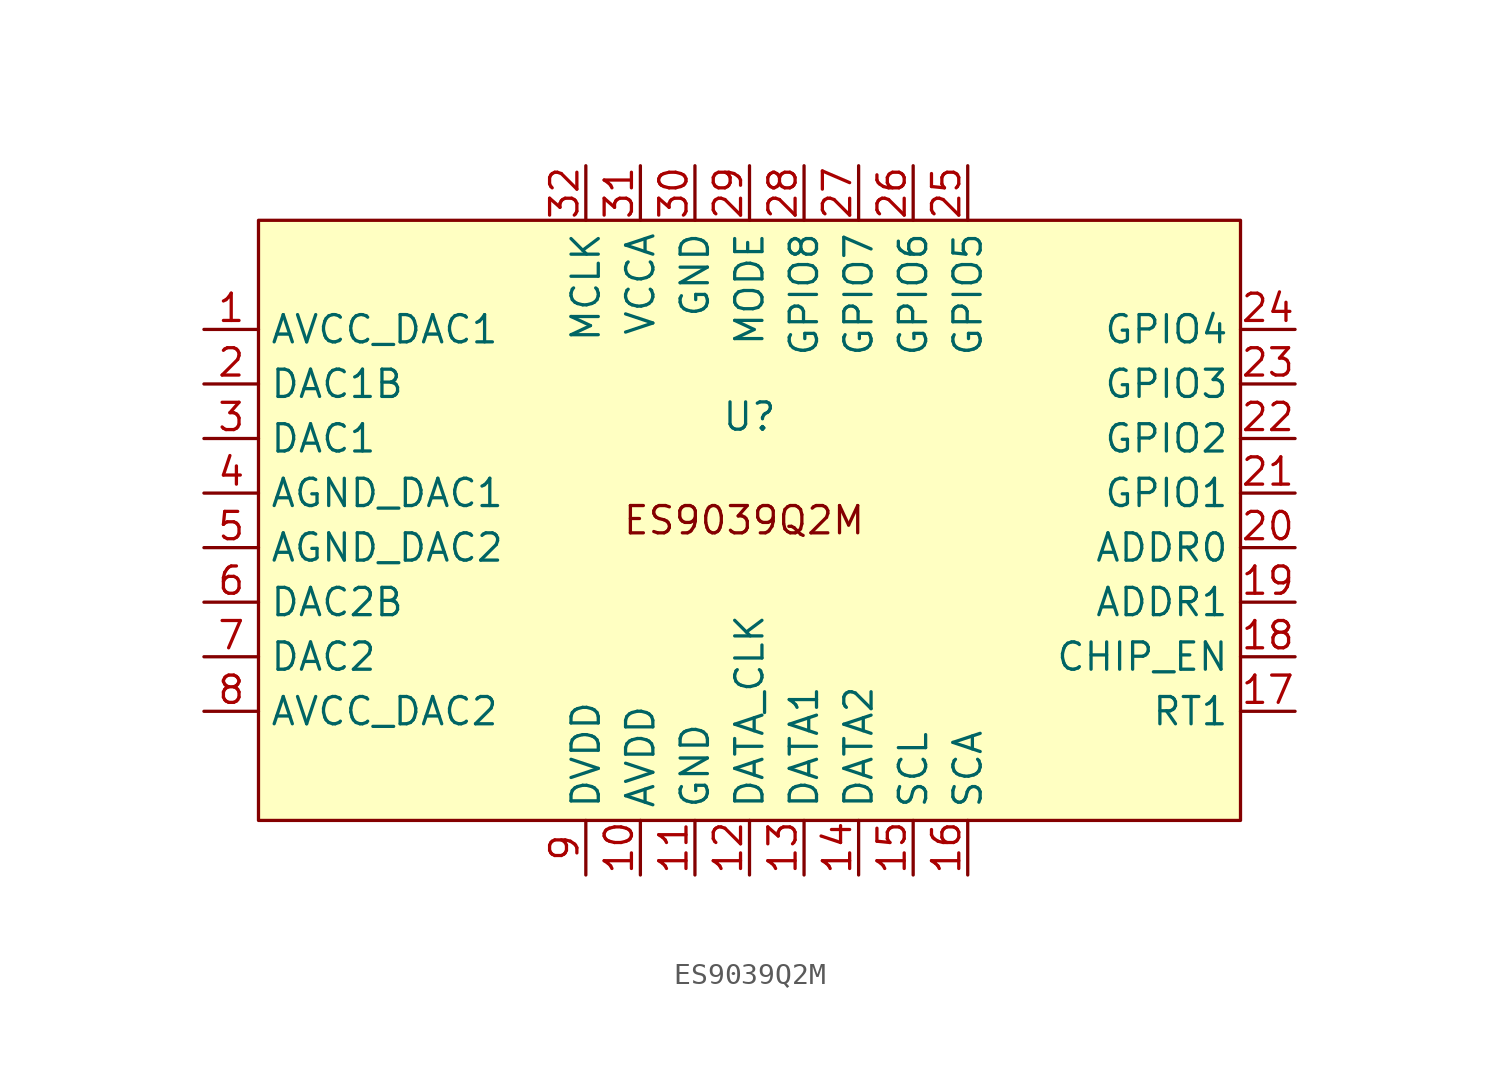
<source format=kicad_sym>
(kicad_symbol_lib
  (version 20241209)
  (generator "kicad_symbol_editor")
  (generator_version "9.0")
  (symbol "ES9039Q2M"
    (property "Reference" "U"
      (at 0 4.826 0)
      (effects (font (size 1.27 1.27))))
    (property "Value" ""
      (at 0 0 0)
      (effects (font (size 1.27 1.27))))
    (symbol "ES9039Q2M_1_1"
      (rectangle (start -22.86 13.97) (end 22.86 -13.97) (stroke (width 0) (type solid)) (fill (type background)))
      (text "ES9039Q2M" (at -0.254 0 0) (effects (font (size 1.27 1.27))))
      (pin power_in line (at -25.4 8.89 0) (length 2.54) (name "AVCC_DAC1" (effects (font (size 1.27 1.27)))) (number "1" (effects (font (size 1.27 1.27)))))
      (pin output line (at -25.4 6.35 0) (length 2.54) (name "DAC1B" (effects (font (size 1.27 1.27)))) (number "2" (effects (font (size 1.27 1.27)))))
      (pin output line (at -25.4 3.81 0) (length 2.54) (name "DAC1" (effects (font (size 1.27 1.27)))) (number "3" (effects (font (size 1.27 1.27)))))
      (pin power_in line (at -25.4 1.27 0) (length 2.54) (name "AGND_DAC1" (effects (font (size 1.27 1.27)))) (number "4" (effects (font (size 1.27 1.27)))))
      (pin power_in line (at -25.4 -1.27 0) (length 2.54) (name "AGND_DAC2" (effects (font (size 1.27 1.27)))) (number "5" (effects (font (size 1.27 1.27)))))
      (pin output line (at -25.4 -3.81 0) (length 2.54) (name "DAC2B" (effects (font (size 1.27 1.27)))) (number "6" (effects (font (size 1.27 1.27)))))
      (pin output line (at -25.4 -6.35 0) (length 2.54) (name "DAC2" (effects (font (size 1.27 1.27)))) (number "7" (effects (font (size 1.27 1.27)))))
      (pin power_in line (at -25.4 -8.89 0) (length 2.54) (name "AVCC_DAC2" (effects (font (size 1.27 1.27)))) (number "8" (effects (font (size 1.27 1.27)))))
      (pin bidirectional line (at -7.62 16.51 270) (length 2.54) (name "MCLK" (effects (font (size 1.27 1.27)))) (number "32" (effects (font (size 1.27 1.27)))))
      (pin power_out line (at -7.62 -16.51 90) (length 2.54) (name "DVDD" (effects (font (size 1.27 1.27)))) (number "9" (effects (font (size 1.27 1.27)))))
      (pin power_in line (at -5.08 16.51 270) (length 2.54) (name "VCCA" (effects (font (size 1.27 1.27)))) (number "31" (effects (font (size 1.27 1.27)))))
      (pin power_in line (at -5.08 -16.51 90) (length 2.54) (name "AVDD" (effects (font (size 1.27 1.27)))) (number "10" (effects (font (size 1.27 1.27)))))
      (pin power_in line (at -2.54 16.51 270) (length 2.54) (name "GND" (effects (font (size 1.27 1.27)))) (number "30" (effects (font (size 1.27 1.27)))))
      (pin power_in line (at -2.54 -16.51 90) (length 2.54) (name "GND" (effects (font (size 1.27 1.27)))) (number "11" (effects (font (size 1.27 1.27)))))
      (pin bidirectional line (at 0 16.51 270) (length 2.54) (name "MODE" (effects (font (size 1.27 1.27)))) (number "29" (effects (font (size 1.27 1.27)))))
      (pin input line (at 0 -16.51 90) (length 2.54) (name "DATA_CLK" (effects (font (size 1.27 1.27)))) (number "12" (effects (font (size 1.27 1.27)))))
      (pin bidirectional line (at 2.54 16.51 270) (length 2.54) (name "GPIO8" (effects (font (size 1.27 1.27)))) (number "28" (effects (font (size 1.27 1.27)))))
      (pin input line (at 2.54 -16.51 90) (length 2.54) (name "DATA1" (effects (font (size 1.27 1.27)))) (number "13" (effects (font (size 1.27 1.27)))))
      (pin bidirectional line (at 5.08 16.51 270) (length 2.54) (name "GPIO7" (effects (font (size 1.27 1.27)))) (number "27" (effects (font (size 1.27 1.27)))))
      (pin input line (at 5.08 -16.51 90) (length 2.54) (name "DATA2" (effects (font (size 1.27 1.27)))) (number "14" (effects (font (size 1.27 1.27)))))
      (pin bidirectional line (at 7.62 16.51 270) (length 2.54) (name "GPIO6" (effects (font (size 1.27 1.27)))) (number "26" (effects (font (size 1.27 1.27)))))
      (pin input line (at 7.62 -16.51 90) (length 2.54) (name "SCL" (effects (font (size 1.27 1.27)))) (number "15" (effects (font (size 1.27 1.27)))))
      (pin bidirectional line (at 10.16 16.51 270) (length 2.54) (name "GPIO5" (effects (font (size 1.27 1.27)))) (number "25" (effects (font (size 1.27 1.27)))))
      (pin input line (at 10.16 -16.51 90) (length 2.54) (name "SCA" (effects (font (size 1.27 1.27)))) (number "16" (effects (font (size 1.27 1.27)))))
      (pin bidirectional line (at 25.4 8.89 180) (length 2.54) (name "GPIO4" (effects (font (size 1.27 1.27)))) (number "24" (effects (font (size 1.27 1.27)))))
      (pin bidirectional line (at 25.4 6.35 180) (length 2.54) (name "GPIO3" (effects (font (size 1.27 1.27)))) (number "23" (effects (font (size 1.27 1.27)))))
      (pin bidirectional line (at 25.4 3.81 180) (length 2.54) (name "GPIO2" (effects (font (size 1.27 1.27)))) (number "22" (effects (font (size 1.27 1.27)))))
      (pin bidirectional line (at 25.4 1.27 180) (length 2.54) (name "GPIO1" (effects (font (size 1.27 1.27)))) (number "21" (effects (font (size 1.27 1.27)))))
      (pin input line (at 25.4 -1.27 180) (length 2.54) (name "ADDR0" (effects (font (size 1.27 1.27)))) (number "20" (effects (font (size 1.27 1.27)))))
      (pin input line (at 25.4 -3.81 180) (length 2.54) (name "ADDR1" (effects (font (size 1.27 1.27)))) (number "19" (effects (font (size 1.27 1.27)))))
      (pin input line (at 25.4 -6.35 180) (length 2.54) (name "CHIP_EN" (effects (font (size 1.27 1.27)))) (number "18" (effects (font (size 1.27 1.27)))))
      (pin bidirectional line (at 25.4 -8.89 180) (length 2.54) (name "RT1" (effects (font (size 1.27 1.27)))) (number "17" (effects (font (size 1.27 1.27))))))))
</source>
